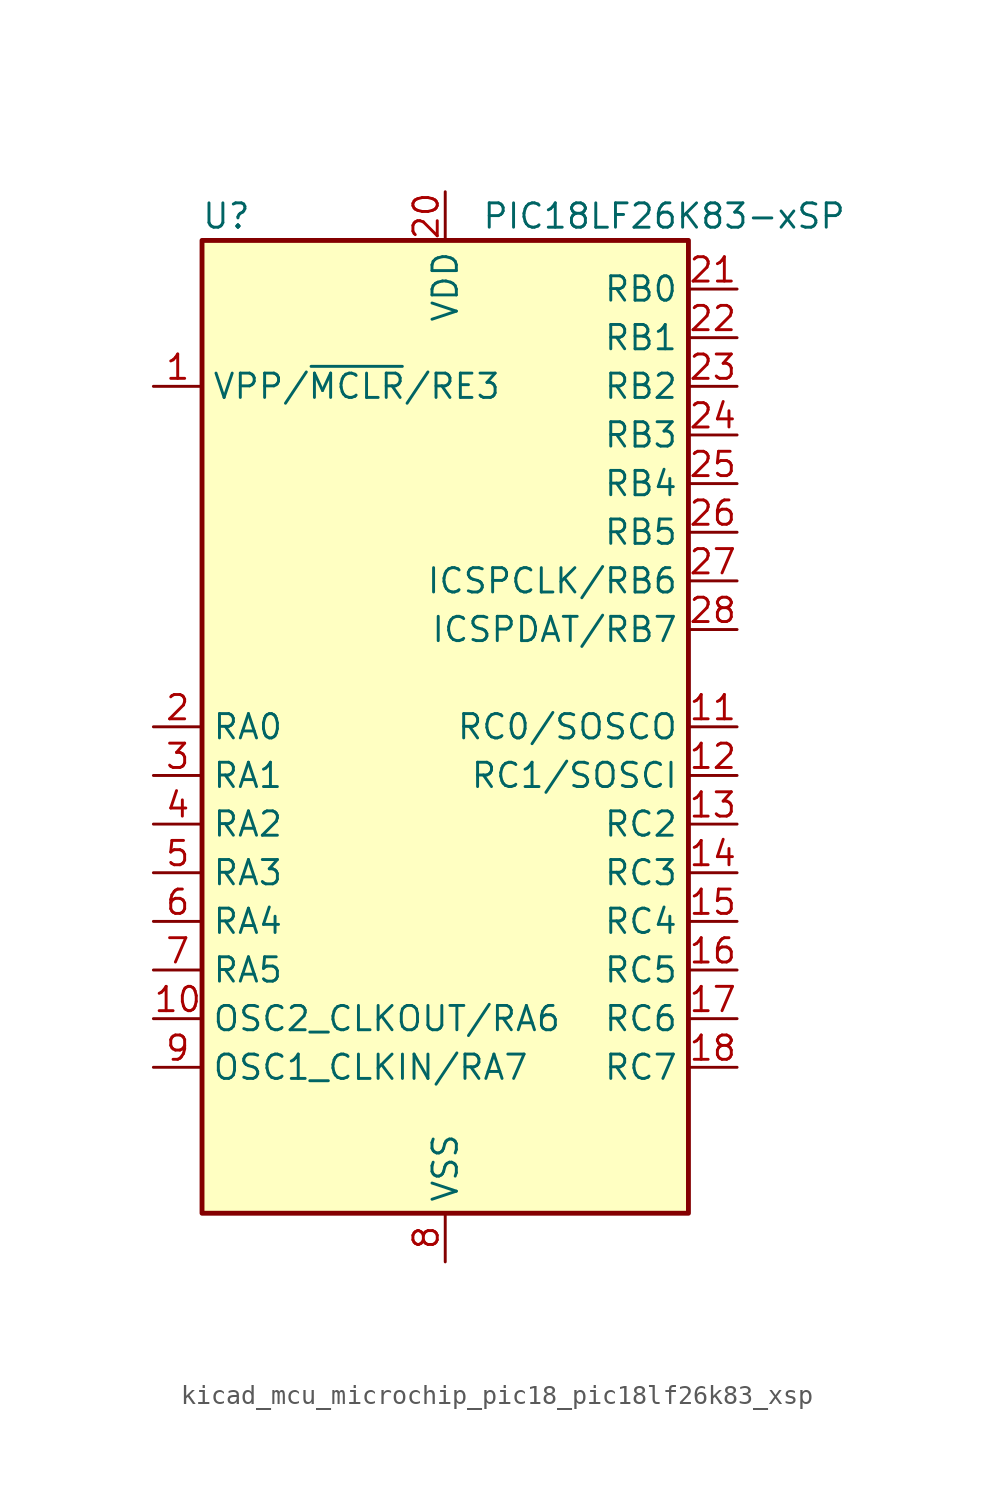
<source format=kicad_sym>
(kicad_symbol_lib
  (version 20220914)
  (generator kicad_symbol_editor)
  (symbol "kicad_mcu_microchip_pic18_pic18lf26k83_xsp"
    (property "Reference" "U"
      (at -11.43 26.67 0)
      (effects (font (size 1.27 1.27))))
    (property "Value" "PIC18LF26K83-xSP"
      (at 11.43 26.67 0)
      (effects (font (size 1.27 1.27))))
    (symbol "kicad_mcu_microchip_pic18_pic18lf26k83_xsp_0_1"
      (rectangle (start -12.7 -25.4) (end 12.7 25.4) (stroke (width 0.254) (type default)) (fill (type background))))
    (symbol "kicad_mcu_microchip_pic18_pic18lf26k83_xsp_1_1"
      (pin input line (at -15.24 17.78 0) (length 2.54) (name "VPP/~{MCLR}/RE3" (effects (font (size 1.27 1.27)))) (number "1" (effects (font (size 1.27 1.27)))))
      (pin bidirectional line (at -15.24 -15.24 0) (length 2.54) (name "OSC2_CLKOUT/RA6" (effects (font (size 1.27 1.27)))) (number "10" (effects (font (size 1.27 1.27)))))
      (pin bidirectional line (at 15.24 0 180) (length 2.54) (name "RC0/SOSCO" (effects (font (size 1.27 1.27)))) (number "11" (effects (font (size 1.27 1.27)))))
      (pin bidirectional line (at 15.24 -2.54 180) (length 2.54) (name "RC1/SOSCI" (effects (font (size 1.27 1.27)))) (number "12" (effects (font (size 1.27 1.27)))))
      (pin bidirectional line (at 15.24 -5.08 180) (length 2.54) (name "RC2" (effects (font (size 1.27 1.27)))) (number "13" (effects (font (size 1.27 1.27)))))
      (pin bidirectional line (at 15.24 -7.62 180) (length 2.54) (name "RC3" (effects (font (size 1.27 1.27)))) (number "14" (effects (font (size 1.27 1.27)))))
      (pin bidirectional line (at 15.24 -10.16 180) (length 2.54) (name "RC4" (effects (font (size 1.27 1.27)))) (number "15" (effects (font (size 1.27 1.27)))))
      (pin bidirectional line (at 15.24 -12.7 180) (length 2.54) (name "RC5" (effects (font (size 1.27 1.27)))) (number "16" (effects (font (size 1.27 1.27)))))
      (pin bidirectional line (at 15.24 -15.24 180) (length 2.54) (name "RC6" (effects (font (size 1.27 1.27)))) (number "17" (effects (font (size 1.27 1.27)))))
      (pin bidirectional line (at 15.24 -17.78 180) (length 2.54) (name "RC7" (effects (font (size 1.27 1.27)))) (number "18" (effects (font (size 1.27 1.27)))))
      (pin passive line (at 0 -27.94 90) (length 2.54) hide (name "VSS" (effects (font (size 1.27 1.27)))) (number "19" (effects (font (size 1.27 1.27)))))
      (pin bidirectional line (at -15.24 0 0) (length 2.54) (name "RA0" (effects (font (size 1.27 1.27)))) (number "2" (effects (font (size 1.27 1.27)))))
      (pin power_in line (at 0 27.94 270) (length 2.54) (name "VDD" (effects (font (size 1.27 1.27)))) (number "20" (effects (font (size 1.27 1.27)))))
      (pin bidirectional line (at 15.24 22.86 180) (length 2.54) (name "RB0" (effects (font (size 1.27 1.27)))) (number "21" (effects (font (size 1.27 1.27)))))
      (pin bidirectional line (at 15.24 20.32 180) (length 2.54) (name "RB1" (effects (font (size 1.27 1.27)))) (number "22" (effects (font (size 1.27 1.27)))))
      (pin bidirectional line (at 15.24 17.78 180) (length 2.54) (name "RB2" (effects (font (size 1.27 1.27)))) (number "23" (effects (font (size 1.27 1.27)))))
      (pin bidirectional line (at 15.24 15.24 180) (length 2.54) (name "RB3" (effects (font (size 1.27 1.27)))) (number "24" (effects (font (size 1.27 1.27)))))
      (pin bidirectional line (at 15.24 12.7 180) (length 2.54) (name "RB4" (effects (font (size 1.27 1.27)))) (number "25" (effects (font (size 1.27 1.27)))))
      (pin bidirectional line (at 15.24 10.16 180) (length 2.54) (name "RB5" (effects (font (size 1.27 1.27)))) (number "26" (effects (font (size 1.27 1.27)))))
      (pin bidirectional line (at 15.24 7.62 180) (length 2.54) (name "ICSPCLK/RB6" (effects (font (size 1.27 1.27)))) (number "27" (effects (font (size 1.27 1.27)))))
      (pin bidirectional line (at 15.24 5.08 180) (length 2.54) (name "ICSPDAT/RB7" (effects (font (size 1.27 1.27)))) (number "28" (effects (font (size 1.27 1.27)))))
      (pin bidirectional line (at -15.24 -2.54 0) (length 2.54) (name "RA1" (effects (font (size 1.27 1.27)))) (number "3" (effects (font (size 1.27 1.27)))))
      (pin bidirectional line (at -15.24 -5.08 0) (length 2.54) (name "RA2" (effects (font (size 1.27 1.27)))) (number "4" (effects (font (size 1.27 1.27)))))
      (pin bidirectional line (at -15.24 -7.62 0) (length 2.54) (name "RA3" (effects (font (size 1.27 1.27)))) (number "5" (effects (font (size 1.27 1.27)))))
      (pin bidirectional line (at -15.24 -10.16 0) (length 2.54) (name "RA4" (effects (font (size 1.27 1.27)))) (number "6" (effects (font (size 1.27 1.27)))))
      (pin bidirectional line (at -15.24 -12.7 0) (length 2.54) (name "RA5" (effects (font (size 1.27 1.27)))) (number "7" (effects (font (size 1.27 1.27)))))
      (pin power_in line (at 0 -27.94 90) (length 2.54) (name "VSS" (effects (font (size 1.27 1.27)))) (number "8" (effects (font (size 1.27 1.27)))))
      (pin bidirectional line (at -15.24 -17.78 0) (length 2.54) (name "OSC1_CLKIN/RA7" (effects (font (size 1.27 1.27)))) (number "9" (effects (font (size 1.27 1.27))))))))
</source>
